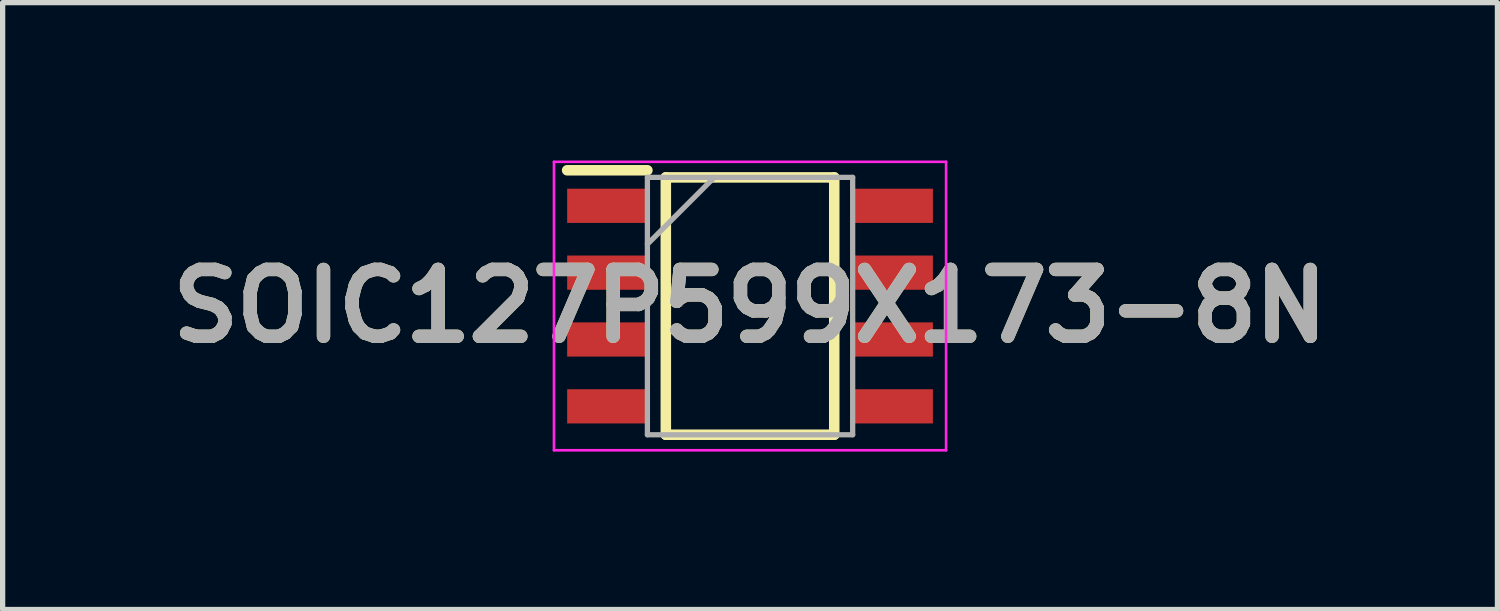
<source format=kicad_pcb>
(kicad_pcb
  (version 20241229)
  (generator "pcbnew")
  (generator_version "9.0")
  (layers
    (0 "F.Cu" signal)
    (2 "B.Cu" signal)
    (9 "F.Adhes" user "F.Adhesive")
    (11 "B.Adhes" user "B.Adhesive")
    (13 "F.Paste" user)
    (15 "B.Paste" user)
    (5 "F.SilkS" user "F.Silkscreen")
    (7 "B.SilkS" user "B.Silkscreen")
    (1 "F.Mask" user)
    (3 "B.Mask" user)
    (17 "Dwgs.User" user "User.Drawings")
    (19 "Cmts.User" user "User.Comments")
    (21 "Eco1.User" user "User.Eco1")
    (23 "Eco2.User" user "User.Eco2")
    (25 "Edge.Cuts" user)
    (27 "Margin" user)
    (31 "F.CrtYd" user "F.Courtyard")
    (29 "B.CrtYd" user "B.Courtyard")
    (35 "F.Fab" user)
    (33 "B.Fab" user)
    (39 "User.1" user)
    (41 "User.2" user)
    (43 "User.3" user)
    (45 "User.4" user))
  (footprint "SOIC127P599X173-8N"
    (layer "F.Cu")
    (at 11.2 2.765)
    (property "Reference" "SOIC127P599X173-8N" (at 0 0 0) (layer "F.SilkS") (effects (font (size 1.27 1.27) (thickness 0.254))))
    (attr smd)
    (fp_line (start -3.475 -2.58) (end -1.95 -2.58) (stroke (width 0.2) (type solid)) (layer "F.SilkS"))
    (fp_line (start -1.6 -2.445) (end 1.6 -2.445) (stroke (width 0.2) (type solid)) (layer "F.SilkS"))
    (fp_line (start -1.6 2.445) (end -1.6 -2.445) (stroke (width 0.2) (type solid)) (layer "F.SilkS"))
    (fp_line (start 1.6 -2.445) (end 1.6 2.445) (stroke (width 0.2) (type solid)) (layer "F.SilkS"))
    (fp_line (start 1.6 2.445) (end -1.6 2.445) (stroke (width 0.2) (type solid)) (layer "F.SilkS"))
    (fp_line (start -3.725 -2.74) (end 3.725 -2.74) (stroke (width 0.05) (type solid)) (layer "F.CrtYd"))
    (fp_line (start -3.725 2.74) (end -3.725 -2.74) (stroke (width 0.05) (type solid)) (layer "F.CrtYd"))
    (fp_line (start 3.725 -2.74) (end 3.725 2.74) (stroke (width 0.05) (type solid)) (layer "F.CrtYd"))
    (fp_line (start 3.725 2.74) (end -3.725 2.74) (stroke (width 0.05) (type solid)) (layer "F.CrtYd"))
    (fp_line (start -1.95 -2.445) (end 1.95 -2.445) (stroke (width 0.1) (type solid)) (layer "F.Fab"))
    (fp_line (start -1.95 -1.175) (end -0.68 -2.445) (stroke (width 0.1) (type solid)) (layer "F.Fab"))
    (fp_line (start -1.95 2.445) (end -1.95 -2.445) (stroke (width 0.1) (type solid)) (layer "F.Fab"))
    (fp_line (start 1.95 -2.445) (end 1.95 2.445) (stroke (width 0.1) (type solid)) (layer "F.Fab"))
    (fp_line (start 1.95 2.445) (end -1.95 2.445) (stroke (width 0.1) (type solid)) (layer "F.Fab"))
    (fp_text user "${REFERENCE}" (at 0 0 0) (layer "F.Fab") (effects (font (size 1.27 1.27) (thickness 0.254))))
    (pad "1" smd rect (at -2.712 -1.905 90) (size 0.65 1.525) (layers "F.Cu" "F.Mask" "F.Paste"))
    (pad "2" smd rect (at -2.712 -0.635 90) (size 0.65 1.525) (layers "F.Cu" "F.Mask" "F.Paste"))
    (pad "3" smd rect (at -2.712 0.635 90) (size 0.65 1.525) (layers "F.Cu" "F.Mask" "F.Paste"))
    (pad "4" smd rect (at -2.712 1.905 90) (size 0.65 1.525) (layers "F.Cu" "F.Mask" "F.Paste"))
    (pad "5" smd rect (at 2.712 1.905 90) (size 0.65 1.525) (layers "F.Cu" "F.Mask" "F.Paste"))
    (pad "6" smd rect (at 2.712 0.635 90) (size 0.65 1.525) (layers "F.Cu" "F.Mask" "F.Paste"))
    (pad "7" smd rect (at 2.712 -0.635 90) (size 0.65 1.525) (layers "F.Cu" "F.Mask" "F.Paste"))
    (pad "8" smd rect (at 2.712 -1.905 90) (size 0.65 1.525) (layers "F.Cu" "F.Mask" "F.Paste")))
  (gr_rect
    (start -3 -3)
    (end 25.4 8.53)
    (stroke (width 0.1) (type default))
    (fill no)
    (layer "Edge.Cuts")))
</source>
